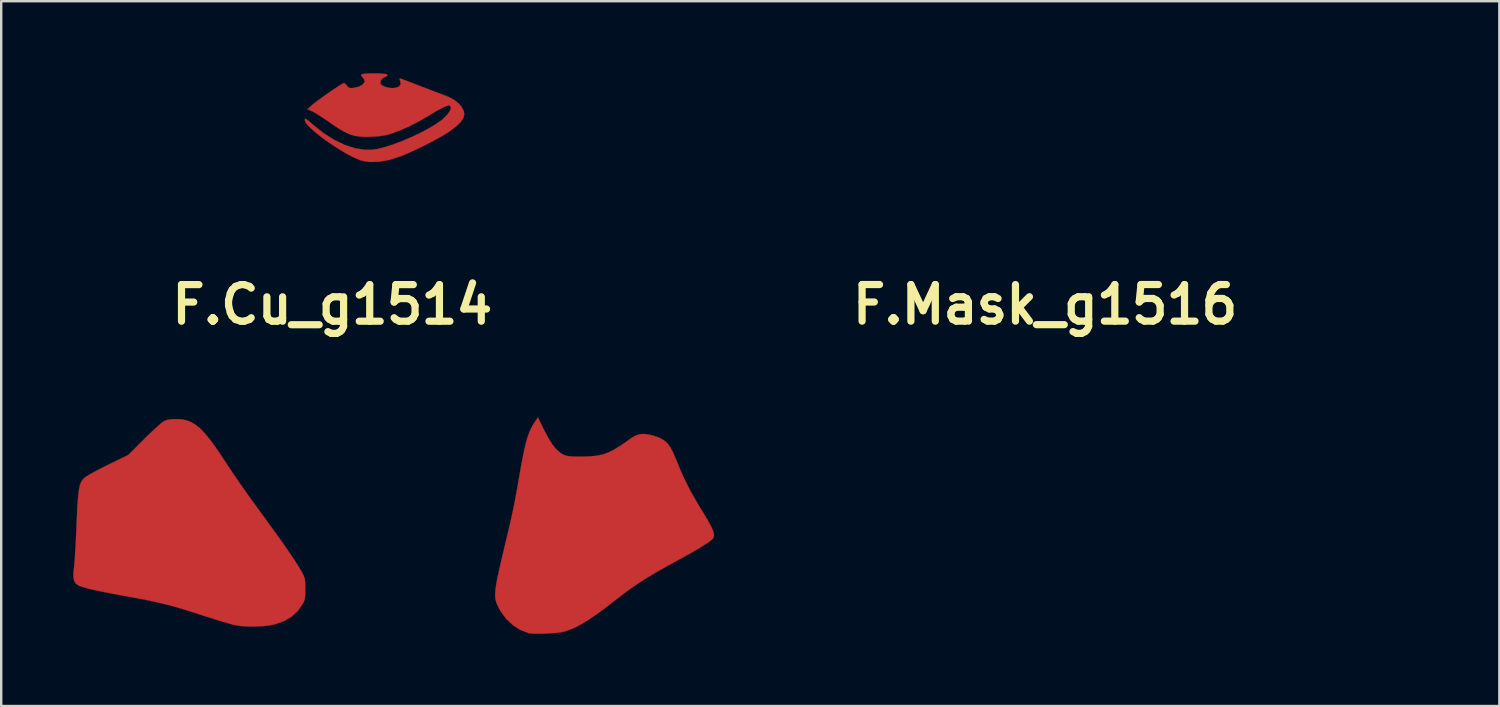
<source format=kicad_pcb>
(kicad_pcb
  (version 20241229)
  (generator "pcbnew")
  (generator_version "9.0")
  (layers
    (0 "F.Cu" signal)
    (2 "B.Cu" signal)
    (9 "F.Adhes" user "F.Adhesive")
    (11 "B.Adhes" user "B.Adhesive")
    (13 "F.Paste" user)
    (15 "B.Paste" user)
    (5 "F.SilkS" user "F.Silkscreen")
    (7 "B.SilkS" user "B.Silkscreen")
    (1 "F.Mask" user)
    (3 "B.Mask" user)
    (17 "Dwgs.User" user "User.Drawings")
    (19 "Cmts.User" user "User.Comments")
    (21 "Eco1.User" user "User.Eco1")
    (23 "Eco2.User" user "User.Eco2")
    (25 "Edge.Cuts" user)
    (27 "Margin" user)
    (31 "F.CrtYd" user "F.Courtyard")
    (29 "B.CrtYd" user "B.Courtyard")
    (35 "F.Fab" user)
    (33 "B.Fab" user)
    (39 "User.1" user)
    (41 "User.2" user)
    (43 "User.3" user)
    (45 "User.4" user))
  (footprint "F.Mask_g1516"
    (layer "F.Cu")
    (at 40.467 9.633)
    (property "Reference" "F.Mask_g1516" (at 0 0 0) (layer "F.SilkS") (effects (font (size 1.524 1.524) (thickness 0.3))))
    (attr through_hole)
    (fp_poly (pts (xy -6.276 4.777) (xy -6.072 4.816) (xy -5.879 4.889) (xy -5.69 5.001) (xy -5.499 5.158) (xy -5.299 5.366) (xy -5.083 5.631) (xy -4.844 5.957) (xy -4.577 6.352) (xy -4.479 6.502) (xy -4.261 6.833) (xy -4.039 7.162) (xy -3.805 7.502) (xy -3.55 7.864) (xy -3.265 8.261) (xy -2.942 8.706) (xy -2.729 8.996) (xy -2.387 9.466) (xy -2.08 9.896) (xy -1.813 10.281) (xy -1.587 10.616) (xy -1.407 10.896) (xy -1.276 11.117) (xy -1.244 11.176) (xy -1.187 11.293) (xy -1.151 11.396) (xy -1.131 11.511) (xy -1.123 11.664) (xy -1.122 11.832) (xy -1.125 12.04) (xy -1.136 12.187) (xy -1.159 12.298) (xy -1.198 12.397) (xy -1.221 12.441) (xy -1.425 12.742) (xy -1.687 12.986) (xy -2.011 13.176) (xy -2.392 13.311) (xy -2.619 13.355) (xy -2.901 13.385) (xy -3.212 13.4) (xy -3.522 13.399) (xy -3.805 13.382) (xy -3.987 13.356) (xy -4.116 13.326) (xy -4.31 13.273) (xy -4.555 13.202) (xy -4.836 13.117) (xy -5.14 13.022) (xy -5.42 12.932) (xy -5.85 12.792) (xy -6.228 12.675) (xy -6.572 12.574) (xy -6.9 12.486) (xy -7.231 12.406) (xy -7.583 12.329) (xy -7.975 12.251) (xy -8.424 12.167) (xy -8.636 12.129) (xy -9.099 12.044) (xy -9.485 11.97) (xy -9.804 11.905) (xy -10.061 11.848) (xy -10.265 11.796) (xy -10.424 11.748) (xy -10.545 11.702) (xy -10.552 11.699) (xy -10.672 11.619) (xy -10.747 11.5) (xy -10.78 11.331) (xy -10.772 11.102) (xy -10.755 10.962) (xy -10.742 10.84) (xy -10.726 10.647) (xy -10.709 10.394) (xy -10.691 10.096) (xy -10.674 9.765) (xy -10.657 9.414) (xy -10.648 9.202) (xy -10.629 8.766) (xy -10.611 8.405) (xy -10.592 8.112) (xy -10.571 7.877) (xy -10.546 7.692) (xy -10.516 7.548) (xy -10.48 7.437) (xy -10.436 7.349) (xy -10.383 7.276) (xy -10.32 7.21) (xy -10.241 7.153) (xy -10.099 7.067) (xy -9.907 6.96) (xy -9.679 6.839) (xy -9.428 6.712) (xy -9.335 6.666) (xy -8.488 6.254) (xy -7.823 5.588) (xy -7.619 5.388) (xy -7.426 5.205) (xy -7.254 5.049) (xy -7.115 4.929) (xy -7.019 4.857) (xy -6.997 4.844) (xy -6.854 4.795) (xy -6.667 4.77) (xy -6.498 4.765) (xy -6.276 4.777)) (stroke (width 0.01) (type solid)) (fill yes) (layer "F.Mask"))
    (fp_poly (pts (xy 8.692 4.952) (xy 8.879 5.339) (xy 9.076 5.669) (xy 9.278 5.935) (xy 9.481 6.131) (xy 9.68 6.25) (xy 9.687 6.253) (xy 9.84 6.291) (xy 10.053 6.316) (xy 10.302 6.328) (xy 10.563 6.326) (xy 10.814 6.311) (xy 11.029 6.282) (xy 11.091 6.269) (xy 11.418 6.162) (xy 11.76 6.004) (xy 12.08 5.81) (xy 12.194 5.728) (xy 12.398 5.577) (xy 12.559 5.474) (xy 12.695 5.413) (xy 12.826 5.383) (xy 12.948 5.376) (xy 13.159 5.397) (xy 13.396 5.453) (xy 13.624 5.533) (xy 13.806 5.626) (xy 13.818 5.634) (xy 13.911 5.707) (xy 13.995 5.797) (xy 14.076 5.917) (xy 14.161 6.078) (xy 14.259 6.294) (xy 14.375 6.575) (xy 14.394 6.624) (xy 14.54 6.976) (xy 14.687 7.301) (xy 14.847 7.619) (xy 15.029 7.951) (xy 15.243 8.316) (xy 15.423 8.609) (xy 15.553 8.823) (xy 15.672 9.028) (xy 15.771 9.206) (xy 15.839 9.339) (xy 15.86 9.387) (xy 15.902 9.51) (xy 15.909 9.591) (xy 15.884 9.665) (xy 15.871 9.688) (xy 15.813 9.765) (xy 15.714 9.854) (xy 15.569 9.962) (xy 15.371 10.09) (xy 15.115 10.244) (xy 14.794 10.427) (xy 14.403 10.642) (xy 14.392 10.649) (xy 13.847 10.951) (xy 13.368 11.23) (xy 12.94 11.493) (xy 12.552 11.749) (xy 12.19 12.007) (xy 11.847 12.269) (xy 11.423 12.597) (xy 11.05 12.872) (xy 10.717 13.098) (xy 10.415 13.283) (xy 10.134 13.432) (xy 9.864 13.552) (xy 9.737 13.6) (xy 9.615 13.637) (xy 9.473 13.664) (xy 9.293 13.683) (xy 9.057 13.696) (xy 8.869 13.702) (xy 8.62 13.708) (xy 8.437 13.709) (xy 8.303 13.703) (xy 8.2 13.688) (xy 8.11 13.663) (xy 8.015 13.627) (xy 7.996 13.619) (xy 7.639 13.435) (xy 7.347 13.21) (xy 7.107 12.93) (xy 6.925 12.622) (xy 6.869 12.508) (xy 6.826 12.404) (xy 6.794 12.3) (xy 6.776 12.188) (xy 6.771 12.06) (xy 6.781 11.906) (xy 6.807 11.718) (xy 6.848 11.488) (xy 6.907 11.208) (xy 6.984 10.867) (xy 7.079 10.459) (xy 7.155 10.139) (xy 7.291 9.555) (xy 7.409 9.027) (xy 7.515 8.531) (xy 7.614 8.042) (xy 7.709 7.535) (xy 7.808 6.985) (xy 7.83 6.858) (xy 7.918 6.38) (xy 8.003 5.978) (xy 8.089 5.643) (xy 8.178 5.365) (xy 8.273 5.137) (xy 8.376 4.949) (xy 8.477 4.81) (xy 8.578 4.688) (xy 8.692 4.952)) (stroke (width 0.01) (type solid)) (fill yes) (layer "F.Mask"))
    (fp_poly (pts (xy 1.954 -9.622) (xy 2.118 -9.609) (xy 2.234 -9.589) (xy 2.265 -9.577) (xy 2.317 -9.54) (xy 2.296 -9.527) (xy 2.281 -9.526) (xy 2.186 -9.495) (xy 2.086 -9.421) (xy 2.011 -9.332) (xy 1.99 -9.269) (xy 2.028 -9.175) (xy 2.13 -9.096) (xy 2.272 -9.036) (xy 2.434 -9.005) (xy 2.594 -9.01) (xy 2.689 -9.036) (xy 2.818 -9.111) (xy 2.867 -9.198) (xy 2.84 -9.307) (xy 2.838 -9.31) (xy 2.814 -9.382) (xy 2.834 -9.398) (xy 2.885 -9.383) (xy 3.002 -9.342) (xy 3.174 -9.279) (xy 3.388 -9.198) (xy 3.633 -9.104) (xy 3.735 -9.065) (xy 3.999 -8.963) (xy 4.246 -8.869) (xy 4.462 -8.787) (xy 4.633 -8.724) (xy 4.743 -8.685) (xy 4.763 -8.679) (xy 4.939 -8.6) (xy 5.117 -8.483) (xy 5.278 -8.342) (xy 5.406 -8.194) (xy 5.486 -8.054) (xy 5.503 -7.971) (xy 5.464 -7.807) (xy 5.348 -7.627) (xy 5.164 -7.436) (xy 4.915 -7.242) (xy 4.624 -7.057) (xy 4.297 -6.876) (xy 3.937 -6.689) (xy 3.568 -6.508) (xy 3.213 -6.344) (xy 2.897 -6.209) (xy 2.794 -6.168) (xy 2.6 -6.096) (xy 2.449 -6.047) (xy 2.312 -6.016) (xy 2.162 -5.999) (xy 1.973 -5.989) (xy 1.82 -5.985) (xy 1.607 -5.982) (xy 1.417 -5.986) (xy 1.27 -5.994) (xy 1.186 -6.006) (xy 1.185 -6.006) (xy 0.984 -6.088) (xy 0.74 -6.213) (xy 0.465 -6.371) (xy 0.175 -6.552) (xy -0.116 -6.748) (xy -0.395 -6.948) (xy -0.648 -7.142) (xy -0.86 -7.322) (xy -1.018 -7.478) (xy -1.07 -7.542) (xy -1.135 -7.644) (xy -1.142 -7.692) (xy -1.093 -7.686) (xy -0.994 -7.628) (xy -0.849 -7.518) (xy -0.775 -7.457) (xy -0.345 -7.125) (xy 0.088 -6.853) (xy 0.516 -6.645) (xy 0.93 -6.504) (xy 1.322 -6.434) (xy 1.48 -6.427) (xy 1.762 -6.452) (xy 2.101 -6.526) (xy 2.489 -6.644) (xy 2.916 -6.805) (xy 3.373 -7.004) (xy 3.688 -7.157) (xy 4.038 -7.345) (xy 4.341 -7.534) (xy 4.591 -7.716) (xy 4.78 -7.888) (xy 4.902 -8.044) (xy 4.952 -8.178) (xy 4.953 -8.195) (xy 4.946 -8.268) (xy 4.909 -8.294) (xy 4.818 -8.286) (xy 4.798 -8.283) (xy 4.71 -8.253) (xy 4.565 -8.186) (xy 4.382 -8.091) (xy 4.175 -7.975) (xy 4.043 -7.898) (xy 3.586 -7.633) (xy 3.178 -7.421) (xy 2.809 -7.257) (xy 2.467 -7.136) (xy 2.139 -7.055) (xy 1.813 -7.008) (xy 1.651 -6.997) (xy 1.398 -6.99) (xy 1.174 -7.001) (xy 0.967 -7.035) (xy 0.762 -7.097) (xy 0.547 -7.191) (xy 0.307 -7.323) (xy 0.031 -7.498) (xy -0.297 -7.721) (xy -0.335 -7.748) (xy -0.516 -7.871) (xy -0.678 -7.974) (xy -0.806 -8.048) (xy -0.885 -8.084) (xy -0.896 -8.086) (xy -0.961 -8.103) (xy -0.974 -8.124) (xy -0.94 -8.179) (xy -0.849 -8.271) (xy -0.71 -8.393) (xy -0.537 -8.533) (xy -0.341 -8.684) (xy -0.134 -8.835) (xy 0.072 -8.978) (xy 0.265 -9.104) (xy 0.369 -9.166) (xy 0.504 -9.245) (xy 0.594 -9.131) (xy 0.714 -9.042) (xy 0.872 -9.013) (xy 1.048 -9.043) (xy 1.189 -9.114) (xy 1.308 -9.218) (xy 1.344 -9.319) (xy 1.3 -9.425) (xy 1.268 -9.463) (xy 1.175 -9.563) (xy 1.296 -9.597) (xy 1.413 -9.616) (xy 1.577 -9.626) (xy 1.766 -9.628) (xy 1.954 -9.622)) (stroke (width 0.01) (type solid)) (fill yes) (layer "F.Mask")))
  (footprint "F.Cu_g1514"
    (layer "F.Cu")
    (at 10.785 9.636)
    (property "Reference" "F.Cu_g1514" (at 0 0 0) (layer "F.SilkS") (effects (font (size 1.524 1.524) (thickness 0.3))))
    (attr through_hole)
    (fp_poly (pts (xy -6.276 4.777) (xy -6.072 4.816) (xy -5.879 4.889) (xy -5.69 5.001) (xy -5.499 5.158) (xy -5.299 5.366) (xy -5.083 5.631) (xy -4.844 5.957) (xy -4.577 6.352) (xy -4.479 6.502) (xy -4.261 6.833) (xy -4.039 7.162) (xy -3.805 7.502) (xy -3.55 7.864) (xy -3.265 8.261) (xy -2.942 8.706) (xy -2.729 8.996) (xy -2.387 9.466) (xy -2.08 9.896) (xy -1.813 10.281) (xy -1.587 10.616) (xy -1.407 10.896) (xy -1.276 11.117) (xy -1.244 11.176) (xy -1.187 11.293) (xy -1.151 11.396) (xy -1.131 11.511) (xy -1.123 11.664) (xy -1.122 11.832) (xy -1.125 12.04) (xy -1.136 12.187) (xy -1.159 12.298) (xy -1.198 12.397) (xy -1.221 12.441) (xy -1.425 12.742) (xy -1.687 12.986) (xy -2.011 13.176) (xy -2.392 13.311) (xy -2.619 13.355) (xy -2.901 13.385) (xy -3.212 13.4) (xy -3.522 13.399) (xy -3.805 13.382) (xy -3.987 13.356) (xy -4.116 13.326) (xy -4.31 13.273) (xy -4.555 13.202) (xy -4.836 13.117) (xy -5.14 13.022) (xy -5.42 12.932) (xy -5.85 12.792) (xy -6.228 12.675) (xy -6.572 12.574) (xy -6.9 12.486) (xy -7.231 12.406) (xy -7.583 12.329) (xy -7.975 12.251) (xy -8.424 12.167) (xy -8.636 12.129) (xy -9.099 12.044) (xy -9.485 11.97) (xy -9.804 11.905) (xy -10.061 11.848) (xy -10.265 11.796) (xy -10.424 11.748) (xy -10.545 11.702) (xy -10.552 11.699) (xy -10.672 11.619) (xy -10.747 11.5) (xy -10.78 11.331) (xy -10.772 11.102) (xy -10.755 10.962) (xy -10.742 10.84) (xy -10.726 10.647) (xy -10.709 10.394) (xy -10.691 10.096) (xy -10.674 9.765) (xy -10.657 9.414) (xy -10.648 9.202) (xy -10.629 8.766) (xy -10.611 8.405) (xy -10.592 8.112) (xy -10.571 7.877) (xy -10.546 7.692) (xy -10.516 7.548) (xy -10.48 7.437) (xy -10.436 7.349) (xy -10.383 7.276) (xy -10.32 7.21) (xy -10.241 7.153) (xy -10.099 7.067) (xy -9.907 6.96) (xy -9.679 6.839) (xy -9.428 6.712) (xy -9.335 6.666) (xy -8.488 6.254) (xy -7.823 5.588) (xy -7.619 5.388) (xy -7.426 5.205) (xy -7.254 5.049) (xy -7.115 4.929) (xy -7.019 4.857) (xy -6.997 4.844) (xy -6.854 4.795) (xy -6.667 4.77) (xy -6.498 4.765) (xy -6.276 4.777)) (stroke (width 0.01) (type solid)) (fill yes) (layer "F.Cu"))
    (fp_poly (pts (xy 8.785 5.152) (xy 8.976 5.517) (xy 9.155 5.805) (xy 9.327 6.021) (xy 9.497 6.17) (xy 9.595 6.228) (xy 9.684 6.268) (xy 9.771 6.296) (xy 9.872 6.314) (xy 10.007 6.323) (xy 10.194 6.326) (xy 10.393 6.326) (xy 10.717 6.318) (xy 10.994 6.292) (xy 11.243 6.241) (xy 11.479 6.161) (xy 11.72 6.044) (xy 11.982 5.884) (xy 12.284 5.676) (xy 12.411 5.583) (xy 12.604 5.462) (xy 12.792 5.396) (xy 12.995 5.383) (xy 13.235 5.42) (xy 13.404 5.465) (xy 13.623 5.542) (xy 13.799 5.637) (xy 13.945 5.762) (xy 14.072 5.931) (xy 14.192 6.156) (xy 14.316 6.451) (xy 14.327 6.477) (xy 14.595 7.116) (xy 14.896 7.725) (xy 15.247 8.338) (xy 15.317 8.452) (xy 15.514 8.774) (xy 15.666 9.033) (xy 15.777 9.24) (xy 15.849 9.402) (xy 15.887 9.527) (xy 15.893 9.624) (xy 15.871 9.701) (xy 15.839 9.751) (xy 15.752 9.828) (xy 15.595 9.939) (xy 15.374 10.08) (xy 15.096 10.246) (xy 14.765 10.435) (xy 14.457 10.604) (xy 14.011 10.848) (xy 13.628 11.063) (xy 13.295 11.256) (xy 13 11.437) (xy 12.729 11.612) (xy 12.469 11.79) (xy 12.208 11.98) (xy 11.933 12.19) (xy 11.797 12.295) (xy 11.377 12.619) (xy 11.01 12.889) (xy 10.687 13.11) (xy 10.4 13.287) (xy 10.14 13.426) (xy 9.9 13.531) (xy 9.671 13.609) (xy 9.652 13.614) (xy 9.509 13.642) (xy 9.31 13.666) (xy 9.077 13.684) (xy 8.83 13.696) (xy 8.592 13.701) (xy 8.385 13.698) (xy 8.229 13.686) (xy 8.178 13.677) (xy 7.835 13.546) (xy 7.517 13.342) (xy 7.235 13.073) (xy 7.001 12.75) (xy 6.924 12.609) (xy 6.872 12.499) (xy 6.83 12.396) (xy 6.801 12.29) (xy 6.785 12.174) (xy 6.782 12.039) (xy 6.794 11.878) (xy 6.821 11.683) (xy 6.864 11.444) (xy 6.925 11.155) (xy 7.004 10.807) (xy 7.101 10.391) (xy 7.196 9.991) (xy 7.298 9.562) (xy 7.384 9.199) (xy 7.455 8.886) (xy 7.516 8.608) (xy 7.57 8.347) (xy 7.62 8.089) (xy 7.67 7.817) (xy 7.724 7.515) (xy 7.768 7.258) (xy 7.851 6.783) (xy 7.926 6.382) (xy 7.995 6.046) (xy 8.061 5.767) (xy 8.127 5.534) (xy 8.195 5.339) (xy 8.268 5.172) (xy 8.347 5.024) (xy 8.407 4.929) (xy 8.563 4.694) (xy 8.785 5.152)) (stroke (width 0.01) (type solid)) (fill yes) (layer "F.Cu"))
    (fp_poly (pts (xy 1.842 -9.63) (xy 2.02 -9.623) (xy 2.168 -9.611) (xy 2.265 -9.594) (xy 2.287 -9.583) (xy 2.3 -9.542) (xy 2.24 -9.503) (xy 2.208 -9.491) (xy 2.092 -9.422) (xy 2.017 -9.324) (xy 2.002 -9.221) (xy 2.007 -9.202) (xy 2.072 -9.134) (xy 2.196 -9.074) (xy 2.355 -9.032) (xy 2.517 -9.017) (xy 2.691 -9.04) (xy 2.804 -9.105) (xy 2.85 -9.204) (xy 2.834 -9.297) (xy 2.807 -9.382) (xy 2.804 -9.422) (xy 2.845 -9.411) (xy 2.953 -9.374) (xy 3.113 -9.315) (xy 3.313 -9.238) (xy 3.514 -9.16) (xy 3.774 -9.059) (xy 4.036 -8.959) (xy 4.279 -8.867) (xy 4.48 -8.792) (xy 4.572 -8.759) (xy 4.87 -8.639) (xy 5.1 -8.511) (xy 5.276 -8.365) (xy 5.384 -8.238) (xy 5.472 -8.078) (xy 5.497 -7.923) (xy 5.456 -7.766) (xy 5.346 -7.603) (xy 5.162 -7.426) (xy 4.902 -7.23) (xy 4.805 -7.164) (xy 4.602 -7.038) (xy 4.34 -6.891) (xy 4.039 -6.732) (xy 3.719 -6.571) (xy 3.4 -6.418) (xy 3.101 -6.284) (xy 2.864 -6.186) (xy 2.395 -6.033) (xy 1.956 -5.952) (xy 1.551 -5.942) (xy 1.322 -5.972) (xy 1.142 -6.025) (xy 0.923 -6.118) (xy 0.675 -6.244) (xy 0.41 -6.396) (xy 0.136 -6.566) (xy -0.135 -6.747) (xy -0.394 -6.933) (xy -0.631 -7.116) (xy -0.834 -7.289) (xy -0.994 -7.444) (xy -1.1 -7.576) (xy -1.143 -7.676) (xy -1.143 -7.684) (xy -1.137 -7.727) (xy -1.113 -7.738) (xy -1.06 -7.709) (xy -0.967 -7.636) (xy -0.824 -7.512) (xy -0.81 -7.499) (xy -0.373 -7.151) (xy 0.071 -6.868) (xy 0.513 -6.655) (xy 0.947 -6.514) (xy 1.366 -6.448) (xy 1.63 -6.448) (xy 1.887 -6.485) (xy 2.199 -6.564) (xy 2.548 -6.677) (xy 2.92 -6.817) (xy 3.299 -6.979) (xy 3.668 -7.154) (xy 4.012 -7.336) (xy 4.315 -7.518) (xy 4.562 -7.694) (xy 4.63 -7.751) (xy 4.775 -7.896) (xy 4.878 -8.034) (xy 4.934 -8.153) (xy 4.939 -8.243) (xy 4.888 -8.292) (xy 4.847 -8.297) (xy 4.758 -8.274) (xy 4.61 -8.209) (xy 4.416 -8.107) (xy 4.187 -7.975) (xy 4.019 -7.872) (xy 3.608 -7.633) (xy 3.179 -7.415) (xy 2.762 -7.233) (xy 2.527 -7.147) (xy 2.319 -7.082) (xy 2.132 -7.04) (xy 1.932 -7.013) (xy 1.687 -6.997) (xy 1.643 -6.995) (xy 1.368 -6.989) (xy 1.133 -7) (xy 0.923 -7.034) (xy 0.72 -7.097) (xy 0.51 -7.194) (xy 0.275 -7.331) (xy -0.00026 -7.514) (xy -0.164 -7.628) (xy -0.359 -7.762) (xy -0.547 -7.884) (xy -0.71 -7.984) (xy -0.827 -8.048) (xy -0.84 -8.054) (xy -1.034 -8.14) (xy -0.824 -8.325) (xy -0.716 -8.413) (xy -0.567 -8.526) (xy -0.39 -8.654) (xy -0.199 -8.789) (xy -0.008 -8.921) (xy 0.171 -9.04) (xy 0.322 -9.137) (xy 0.434 -9.203) (xy 0.491 -9.229) (xy 0.493 -9.229) (xy 0.547 -9.197) (xy 0.613 -9.119) (xy 0.613 -9.118) (xy 0.666 -9.052) (xy 0.728 -9.023) (xy 0.83 -9.022) (xy 0.896 -9.027) (xy 1.076 -9.066) (xy 1.225 -9.138) (xy 1.323 -9.231) (xy 1.348 -9.29) (xy 1.331 -9.37) (xy 1.27 -9.461) (xy 1.267 -9.464) (xy 1.206 -9.535) (xy 1.202 -9.57) (xy 1.251 -9.597) (xy 1.253 -9.598) (xy 1.339 -9.615) (xy 1.48 -9.626) (xy 1.655 -9.631) (xy 1.842 -9.63)) (stroke (width 0.01) (type solid)) (fill yes) (layer "F.Cu")))
  (gr_rect
    (start -3 -3)
    (end 59.382 26.347)
    (stroke (width 0.1) (type default))
    (fill no)
    (layer "Edge.Cuts")))
</source>
